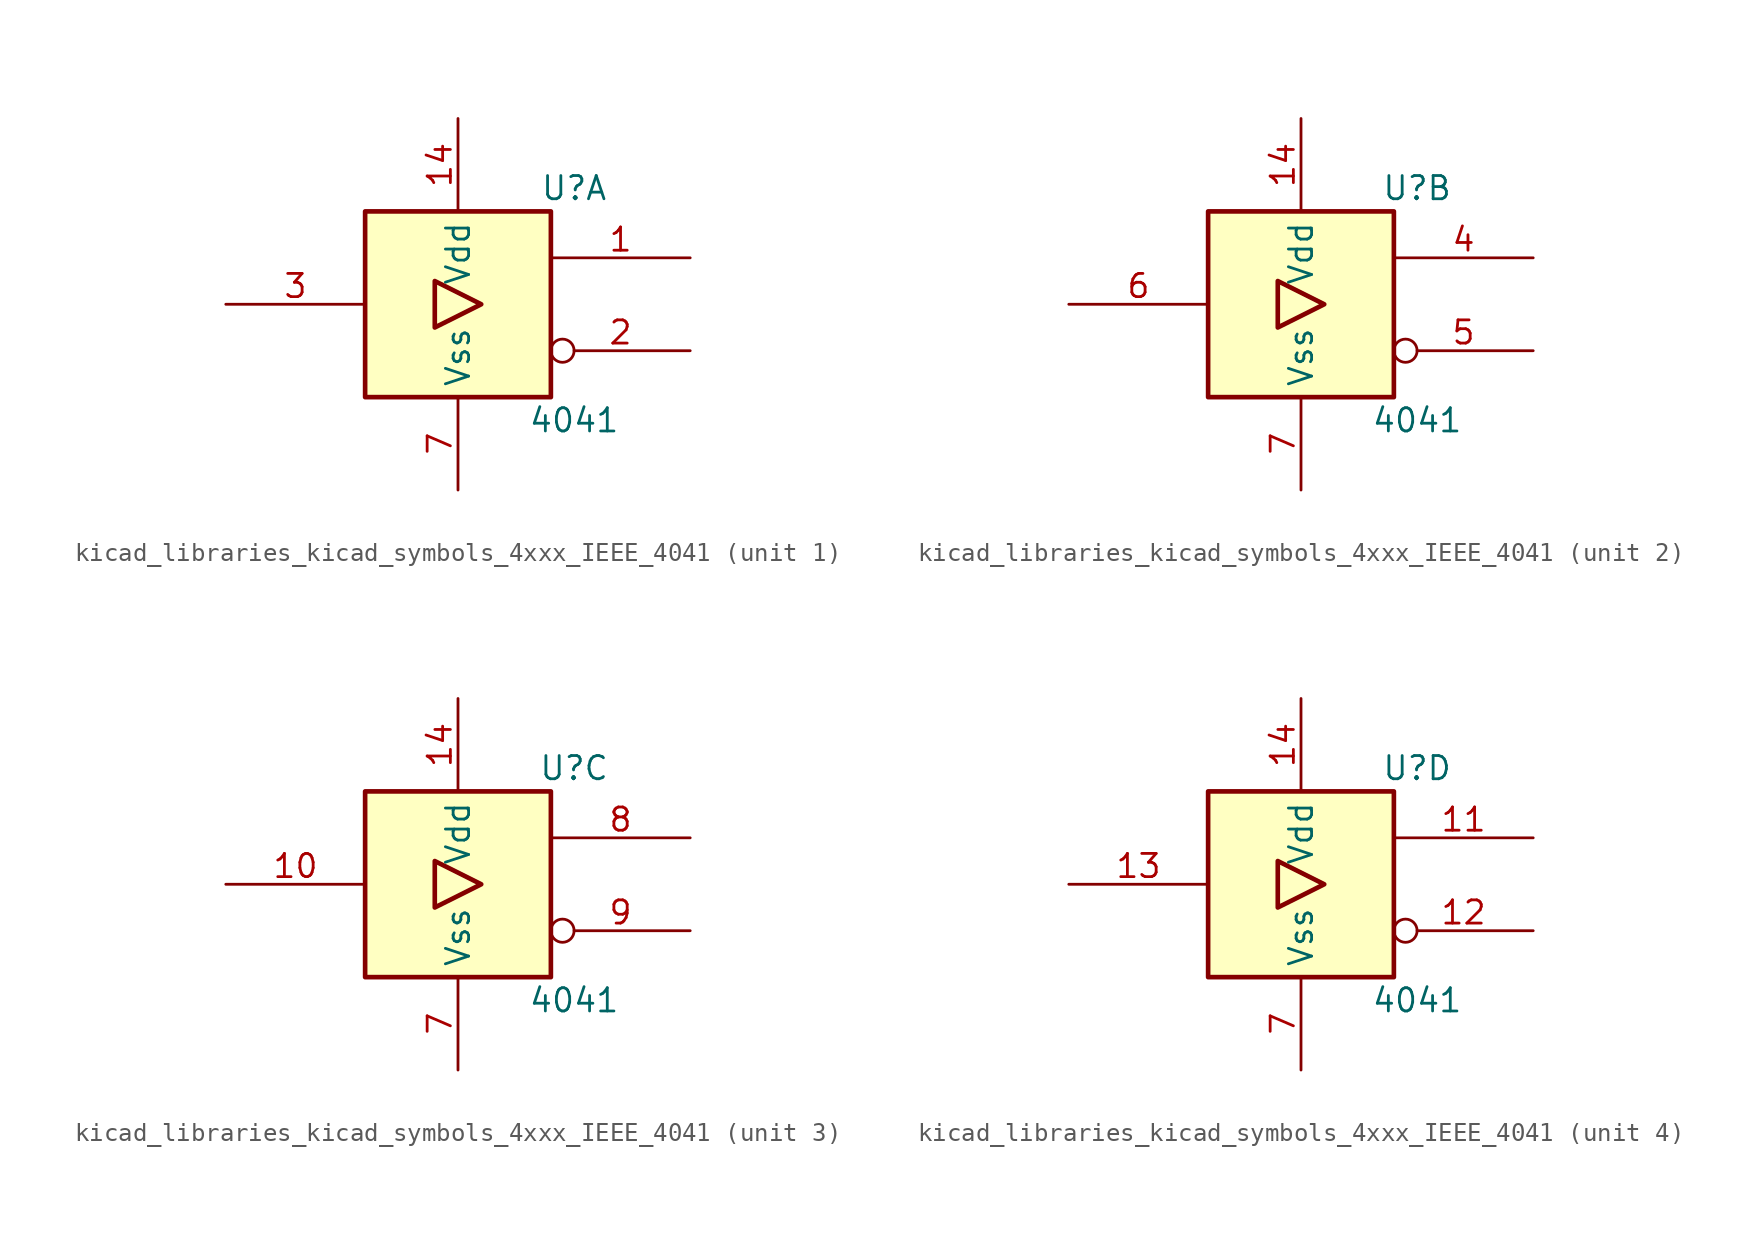
<source format=kicad_sym>
(kicad_symbol_lib
  (version 20220914)
  (generator kicad_symbol_editor)
  (symbol "kicad_libraries_kicad_symbols_4xxx_IEEE_4041"
    (property "Reference" "U"
      (at 6.35 6.35 0)
      (effects (font (size 1.27 1.27))))
    (property "Value" "4041"
      (at 6.35 -6.35 0)
      (effects (font (size 1.27 1.27))))
    (symbol "kicad_libraries_kicad_symbols_4xxx_IEEE_4041_0_0"
      (rectangle (start -5.08 5.08) (end 5.08 -5.08) (stroke (width 0.254) (type default)) (fill (type background)))
      (polyline (pts (xy -1.27 1.27) (xy -1.27 -1.27) (xy 1.27 0) (xy -1.27 1.27) (xy -1.27 1.27)) (stroke (width 0.254) (type default)) (fill (type background))))
    (symbol "kicad_libraries_kicad_symbols_4xxx_IEEE_4041_0_1"
      (pin power_in line (at 0 10.16 270) (length 5.08) (name "Vdd" (effects (font (size 1.27 1.27)))) (number "14" (effects (font (size 1.27 1.27)))))
      (pin power_in line (at 0 -10.16 90) (length 5.08) (name "Vss" (effects (font (size 1.27 1.27)))) (number "7" (effects (font (size 1.27 1.27))))))
    (symbol "kicad_libraries_kicad_symbols_4xxx_IEEE_4041_1_1"
      (pin output line (at 12.7 2.54 180) (length 7.62) (name "~" (effects (font (size 1.27 1.27)))) (number "1" (effects (font (size 1.27 1.27)))))
      (pin output inverted (at 12.7 -2.54 180) (length 7.62) (name "~" (effects (font (size 1.27 1.27)))) (number "2" (effects (font (size 1.27 1.27)))))
      (pin output line (at -12.7 0 0) (length 7.62) (name "~" (effects (font (size 1.27 1.27)))) (number "3" (effects (font (size 1.27 1.27))))))
    (symbol "kicad_libraries_kicad_symbols_4xxx_IEEE_4041_2_1"
      (pin output line (at 12.7 2.54 180) (length 7.62) (name "~" (effects (font (size 1.27 1.27)))) (number "4" (effects (font (size 1.27 1.27)))))
      (pin output inverted (at 12.7 -2.54 180) (length 7.62) (name "~" (effects (font (size 1.27 1.27)))) (number "5" (effects (font (size 1.27 1.27)))))
      (pin output line (at -12.7 0 0) (length 7.62) (name "~" (effects (font (size 1.27 1.27)))) (number "6" (effects (font (size 1.27 1.27))))))
    (symbol "kicad_libraries_kicad_symbols_4xxx_IEEE_4041_3_1"
      (pin output line (at -12.7 0 0) (length 7.62) (name "~" (effects (font (size 1.27 1.27)))) (number "10" (effects (font (size 1.27 1.27)))))
      (pin output line (at 12.7 2.54 180) (length 7.62) (name "~" (effects (font (size 1.27 1.27)))) (number "8" (effects (font (size 1.27 1.27)))))
      (pin output inverted (at 12.7 -2.54 180) (length 7.62) (name "~" (effects (font (size 1.27 1.27)))) (number "9" (effects (font (size 1.27 1.27))))))
    (symbol "kicad_libraries_kicad_symbols_4xxx_IEEE_4041_4_1"
      (pin output line (at 12.7 2.54 180) (length 7.62) (name "~" (effects (font (size 1.27 1.27)))) (number "11" (effects (font (size 1.27 1.27)))))
      (pin output inverted (at 12.7 -2.54 180) (length 7.62) (name "~" (effects (font (size 1.27 1.27)))) (number "12" (effects (font (size 1.27 1.27)))))
      (pin output line (at -12.7 0 0) (length 7.62) (name "~" (effects (font (size 1.27 1.27)))) (number "13" (effects (font (size 1.27 1.27))))))))
</source>
